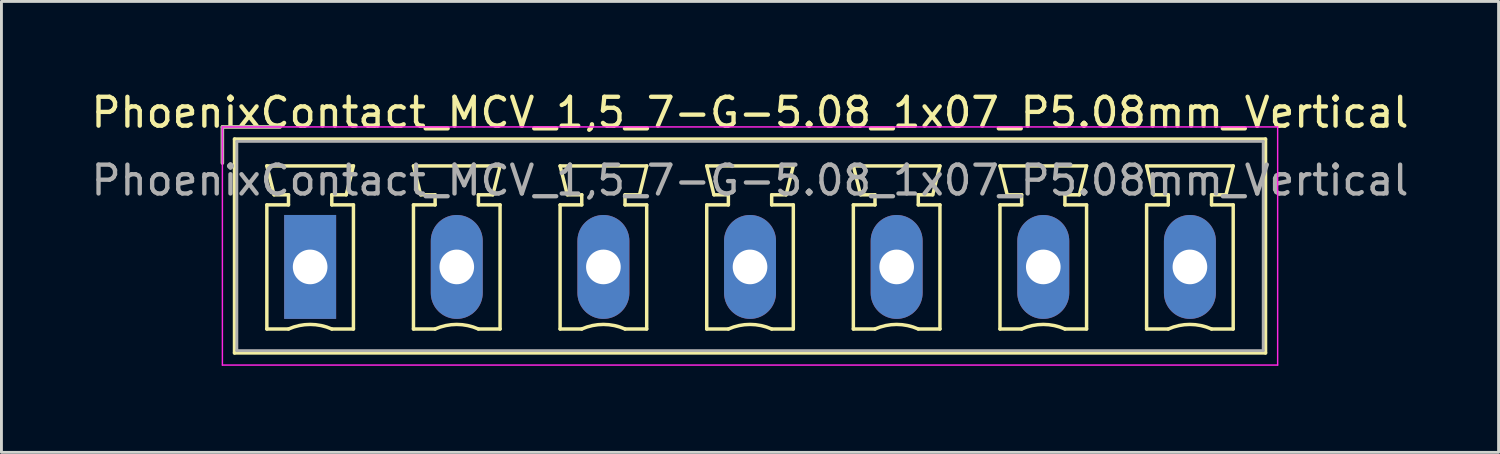
<source format=kicad_pcb>
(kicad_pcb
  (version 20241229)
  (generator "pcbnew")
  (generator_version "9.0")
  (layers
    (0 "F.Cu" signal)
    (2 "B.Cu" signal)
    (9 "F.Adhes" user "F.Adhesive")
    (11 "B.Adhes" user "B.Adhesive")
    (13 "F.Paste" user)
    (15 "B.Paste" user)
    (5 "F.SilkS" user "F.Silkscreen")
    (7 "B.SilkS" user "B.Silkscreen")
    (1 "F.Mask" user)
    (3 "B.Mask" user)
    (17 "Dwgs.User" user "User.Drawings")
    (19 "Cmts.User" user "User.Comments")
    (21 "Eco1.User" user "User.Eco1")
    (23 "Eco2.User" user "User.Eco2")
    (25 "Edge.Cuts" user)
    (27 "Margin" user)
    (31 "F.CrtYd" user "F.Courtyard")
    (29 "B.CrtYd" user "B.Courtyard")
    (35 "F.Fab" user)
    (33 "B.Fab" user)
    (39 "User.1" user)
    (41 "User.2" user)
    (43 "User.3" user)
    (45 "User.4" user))
  (footprint "PhoenixContact_MCV_1,5_7-G-5.08_1x07_P5.08mm_Vertical"
    (layer "F.Cu")
    (at 7.695 6.198)
    (property "Reference" "PhoenixContact_MCV_1,5_7-G-5.08_1x07_P5.08mm_Vertical" (at 15.24 -5.35 0) (layer "F.SilkS") (effects (font (size 1 1) (thickness 0.15))))
    (attr through_hole)
    (fp_line (start -3.04 -4.85) (end -1.04 -4.85) (stroke (width 0.12) (type solid)) (layer "F.SilkS"))
    (fp_line (start -3.04 -3.6) (end -3.04 -4.85) (stroke (width 0.12) (type solid)) (layer "F.SilkS"))
    (fp_line (start -2.62 -4.43) (end -2.62 2.98) (stroke (width 0.12) (type solid)) (layer "F.SilkS"))
    (fp_line (start -2.62 2.98) (end 33.1 2.98) (stroke (width 0.12) (type solid)) (layer "F.SilkS"))
    (fp_line (start -1.5 -3.5) (end 1.5 -3.5) (stroke (width 0.12) (type solid)) (layer "F.SilkS"))
    (fp_line (start -1.5 -2.15) (end -0.75 -2.15) (stroke (width 0.12) (type solid)) (layer "F.SilkS"))
    (fp_line (start -1.5 2.15) (end -1.5 -2.15) (stroke (width 0.12) (type solid)) (layer "F.SilkS"))
    (fp_line (start -1.25 -2.5) (end -1.5 -3.5) (stroke (width 0.12) (type solid)) (layer "F.SilkS"))
    (fp_line (start -0.75 -2.5) (end -1.25 -2.5) (stroke (width 0.12) (type solid)) (layer "F.SilkS"))
    (fp_line (start -0.75 -2.15) (end -0.75 -2.5) (stroke (width 0.12) (type solid)) (layer "F.SilkS"))
    (fp_line (start -0.75 2.15) (end -1.5 2.15) (stroke (width 0.12) (type solid)) (layer "F.SilkS"))
    (fp_line (start 0.75 -2.5) (end 0.75 -2.15) (stroke (width 0.12) (type solid)) (layer "F.SilkS"))
    (fp_line (start 0.75 -2.15) (end 1.5 -2.15) (stroke (width 0.12) (type solid)) (layer "F.SilkS"))
    (fp_line (start 1.25 -2.5) (end 0.75 -2.5) (stroke (width 0.12) (type solid)) (layer "F.SilkS"))
    (fp_line (start 1.5 -3.5) (end 1.25 -2.5) (stroke (width 0.12) (type solid)) (layer "F.SilkS"))
    (fp_line (start 1.5 -2.15) (end 1.5 2.15) (stroke (width 0.12) (type solid)) (layer "F.SilkS"))
    (fp_line (start 1.5 2.15) (end 0.75 2.15) (stroke (width 0.12) (type solid)) (layer "F.SilkS"))
    (fp_line (start 3.58 -3.5) (end 6.58 -3.5) (stroke (width 0.12) (type solid)) (layer "F.SilkS"))
    (fp_line (start 3.58 -2.15) (end 4.33 -2.15) (stroke (width 0.12) (type solid)) (layer "F.SilkS"))
    (fp_line (start 3.58 2.15) (end 3.58 -2.15) (stroke (width 0.12) (type solid)) (layer "F.SilkS"))
    (fp_line (start 3.83 -2.5) (end 3.58 -3.5) (stroke (width 0.12) (type solid)) (layer "F.SilkS"))
    (fp_line (start 4.33 -2.5) (end 3.83 -2.5) (stroke (width 0.12) (type solid)) (layer "F.SilkS"))
    (fp_line (start 4.33 -2.15) (end 4.33 -2.5) (stroke (width 0.12) (type solid)) (layer "F.SilkS"))
    (fp_line (start 4.33 2.15) (end 3.58 2.15) (stroke (width 0.12) (type solid)) (layer "F.SilkS"))
    (fp_line (start 5.83 -2.5) (end 5.83 -2.15) (stroke (width 0.12) (type solid)) (layer "F.SilkS"))
    (fp_line (start 5.83 -2.15) (end 6.58 -2.15) (stroke (width 0.12) (type solid)) (layer "F.SilkS"))
    (fp_line (start 6.33 -2.5) (end 5.83 -2.5) (stroke (width 0.12) (type solid)) (layer "F.SilkS"))
    (fp_line (start 6.58 -3.5) (end 6.33 -2.5) (stroke (width 0.12) (type solid)) (layer "F.SilkS"))
    (fp_line (start 6.58 -2.15) (end 6.58 2.15) (stroke (width 0.12) (type solid)) (layer "F.SilkS"))
    (fp_line (start 6.58 2.15) (end 5.83 2.15) (stroke (width 0.12) (type solid)) (layer "F.SilkS"))
    (fp_line (start 8.66 -3.5) (end 11.66 -3.5) (stroke (width 0.12) (type solid)) (layer "F.SilkS"))
    (fp_line (start 8.66 -2.15) (end 9.41 -2.15) (stroke (width 0.12) (type solid)) (layer "F.SilkS"))
    (fp_line (start 8.66 2.15) (end 8.66 -2.15) (stroke (width 0.12) (type solid)) (layer "F.SilkS"))
    (fp_line (start 8.91 -2.5) (end 8.66 -3.5) (stroke (width 0.12) (type solid)) (layer "F.SilkS"))
    (fp_line (start 9.41 -2.5) (end 8.91 -2.5) (stroke (width 0.12) (type solid)) (layer "F.SilkS"))
    (fp_line (start 9.41 -2.15) (end 9.41 -2.5) (stroke (width 0.12) (type solid)) (layer "F.SilkS"))
    (fp_line (start 9.41 2.15) (end 8.66 2.15) (stroke (width 0.12) (type solid)) (layer "F.SilkS"))
    (fp_line (start 10.91 -2.5) (end 10.91 -2.15) (stroke (width 0.12) (type solid)) (layer "F.SilkS"))
    (fp_line (start 10.91 -2.15) (end 11.66 -2.15) (stroke (width 0.12) (type solid)) (layer "F.SilkS"))
    (fp_line (start 11.41 -2.5) (end 10.91 -2.5) (stroke (width 0.12) (type solid)) (layer "F.SilkS"))
    (fp_line (start 11.66 -3.5) (end 11.41 -2.5) (stroke (width 0.12) (type solid)) (layer "F.SilkS"))
    (fp_line (start 11.66 -2.15) (end 11.66 2.15) (stroke (width 0.12) (type solid)) (layer "F.SilkS"))
    (fp_line (start 11.66 2.15) (end 10.91 2.15) (stroke (width 0.12) (type solid)) (layer "F.SilkS"))
    (fp_line (start 13.74 -3.5) (end 16.74 -3.5) (stroke (width 0.12) (type solid)) (layer "F.SilkS"))
    (fp_line (start 13.74 -2.15) (end 14.49 -2.15) (stroke (width 0.12) (type solid)) (layer "F.SilkS"))
    (fp_line (start 13.74 2.15) (end 13.74 -2.15) (stroke (width 0.12) (type solid)) (layer "F.SilkS"))
    (fp_line (start 13.99 -2.5) (end 13.74 -3.5) (stroke (width 0.12) (type solid)) (layer "F.SilkS"))
    (fp_line (start 14.49 -2.5) (end 13.99 -2.5) (stroke (width 0.12) (type solid)) (layer "F.SilkS"))
    (fp_line (start 14.49 -2.15) (end 14.49 -2.5) (stroke (width 0.12) (type solid)) (layer "F.SilkS"))
    (fp_line (start 14.49 2.15) (end 13.74 2.15) (stroke (width 0.12) (type solid)) (layer "F.SilkS"))
    (fp_line (start 15.99 -2.5) (end 15.99 -2.15) (stroke (width 0.12) (type solid)) (layer "F.SilkS"))
    (fp_line (start 15.99 -2.15) (end 16.74 -2.15) (stroke (width 0.12) (type solid)) (layer "F.SilkS"))
    (fp_line (start 16.49 -2.5) (end 15.99 -2.5) (stroke (width 0.12) (type solid)) (layer "F.SilkS"))
    (fp_line (start 16.74 -3.5) (end 16.49 -2.5) (stroke (width 0.12) (type solid)) (layer "F.SilkS"))
    (fp_line (start 16.74 -2.15) (end 16.74 2.15) (stroke (width 0.12) (type solid)) (layer "F.SilkS"))
    (fp_line (start 16.74 2.15) (end 15.99 2.15) (stroke (width 0.12) (type solid)) (layer "F.SilkS"))
    (fp_line (start 18.82 -3.5) (end 21.82 -3.5) (stroke (width 0.12) (type solid)) (layer "F.SilkS"))
    (fp_line (start 18.82 -2.15) (end 19.57 -2.15) (stroke (width 0.12) (type solid)) (layer "F.SilkS"))
    (fp_line (start 18.82 2.15) (end 18.82 -2.15) (stroke (width 0.12) (type solid)) (layer "F.SilkS"))
    (fp_line (start 19.07 -2.5) (end 18.82 -3.5) (stroke (width 0.12) (type solid)) (layer "F.SilkS"))
    (fp_line (start 19.57 -2.5) (end 19.07 -2.5) (stroke (width 0.12) (type solid)) (layer "F.SilkS"))
    (fp_line (start 19.57 -2.15) (end 19.57 -2.5) (stroke (width 0.12) (type solid)) (layer "F.SilkS"))
    (fp_line (start 19.57 2.15) (end 18.82 2.15) (stroke (width 0.12) (type solid)) (layer "F.SilkS"))
    (fp_line (start 21.07 -2.5) (end 21.07 -2.15) (stroke (width 0.12) (type solid)) (layer "F.SilkS"))
    (fp_line (start 21.07 -2.15) (end 21.82 -2.15) (stroke (width 0.12) (type solid)) (layer "F.SilkS"))
    (fp_line (start 21.57 -2.5) (end 21.07 -2.5) (stroke (width 0.12) (type solid)) (layer "F.SilkS"))
    (fp_line (start 21.82 -3.5) (end 21.57 -2.5) (stroke (width 0.12) (type solid)) (layer "F.SilkS"))
    (fp_line (start 21.82 -2.15) (end 21.82 2.15) (stroke (width 0.12) (type solid)) (layer "F.SilkS"))
    (fp_line (start 21.82 2.15) (end 21.07 2.15) (stroke (width 0.12) (type solid)) (layer "F.SilkS"))
    (fp_line (start 23.9 -3.5) (end 26.9 -3.5) (stroke (width 0.12) (type solid)) (layer "F.SilkS"))
    (fp_line (start 23.9 -2.15) (end 24.65 -2.15) (stroke (width 0.12) (type solid)) (layer "F.SilkS"))
    (fp_line (start 23.9 2.15) (end 23.9 -2.15) (stroke (width 0.12) (type solid)) (layer "F.SilkS"))
    (fp_line (start 24.15 -2.5) (end 23.9 -3.5) (stroke (width 0.12) (type solid)) (layer "F.SilkS"))
    (fp_line (start 24.65 -2.5) (end 24.15 -2.5) (stroke (width 0.12) (type solid)) (layer "F.SilkS"))
    (fp_line (start 24.65 -2.15) (end 24.65 -2.5) (stroke (width 0.12) (type solid)) (layer "F.SilkS"))
    (fp_line (start 24.65 2.15) (end 23.9 2.15) (stroke (width 0.12) (type solid)) (layer "F.SilkS"))
    (fp_line (start 26.15 -2.5) (end 26.15 -2.15) (stroke (width 0.12) (type solid)) (layer "F.SilkS"))
    (fp_line (start 26.15 -2.15) (end 26.9 -2.15) (stroke (width 0.12) (type solid)) (layer "F.SilkS"))
    (fp_line (start 26.65 -2.5) (end 26.15 -2.5) (stroke (width 0.12) (type solid)) (layer "F.SilkS"))
    (fp_line (start 26.9 -3.5) (end 26.65 -2.5) (stroke (width 0.12) (type solid)) (layer "F.SilkS"))
    (fp_line (start 26.9 -2.15) (end 26.9 2.15) (stroke (width 0.12) (type solid)) (layer "F.SilkS"))
    (fp_line (start 26.9 2.15) (end 26.15 2.15) (stroke (width 0.12) (type solid)) (layer "F.SilkS"))
    (fp_line (start 28.98 -3.5) (end 31.98 -3.5) (stroke (width 0.12) (type solid)) (layer "F.SilkS"))
    (fp_line (start 28.98 -2.15) (end 29.73 -2.15) (stroke (width 0.12) (type solid)) (layer "F.SilkS"))
    (fp_line (start 28.98 2.15) (end 28.98 -2.15) (stroke (width 0.12) (type solid)) (layer "F.SilkS"))
    (fp_line (start 29.23 -2.5) (end 28.98 -3.5) (stroke (width 0.12) (type solid)) (layer "F.SilkS"))
    (fp_line (start 29.73 -2.5) (end 29.23 -2.5) (stroke (width 0.12) (type solid)) (layer "F.SilkS"))
    (fp_line (start 29.73 -2.15) (end 29.73 -2.5) (stroke (width 0.12) (type solid)) (layer "F.SilkS"))
    (fp_line (start 29.73 2.15) (end 28.98 2.15) (stroke (width 0.12) (type solid)) (layer "F.SilkS"))
    (fp_line (start 31.23 -2.5) (end 31.23 -2.15) (stroke (width 0.12) (type solid)) (layer "F.SilkS"))
    (fp_line (start 31.23 -2.15) (end 31.98 -2.15) (stroke (width 0.12) (type solid)) (layer "F.SilkS"))
    (fp_line (start 31.73 -2.5) (end 31.23 -2.5) (stroke (width 0.12) (type solid)) (layer "F.SilkS"))
    (fp_line (start 31.98 -3.5) (end 31.73 -2.5) (stroke (width 0.12) (type solid)) (layer "F.SilkS"))
    (fp_line (start 31.98 -2.15) (end 31.98 2.15) (stroke (width 0.12) (type solid)) (layer "F.SilkS"))
    (fp_line (start 31.98 2.15) (end 31.23 2.15) (stroke (width 0.12) (type solid)) (layer "F.SilkS"))
    (fp_line (start 33.1 -4.43) (end -2.62 -4.43) (stroke (width 0.12) (type solid)) (layer "F.SilkS"))
    (fp_line (start 33.1 2.98) (end 33.1 -4.43) (stroke (width 0.12) (type solid)) (layer "F.SilkS"))
    (fp_arc (start -0.75 2.15) (mid -0.000193 1.99191) (end 0.749647 2.149844) (stroke (width 0.12) (type solid)) (layer "F.SilkS"))
    (fp_arc (start 4.33 2.15) (mid 5.079807 1.99191) (end 5.829647 2.149844) (stroke (width 0.12) (type solid)) (layer "F.SilkS"))
    (fp_arc (start 9.41 2.15) (mid 10.159807 1.99191) (end 10.909647 2.149844) (stroke (width 0.12) (type solid)) (layer "F.SilkS"))
    (fp_arc (start 14.49 2.15) (mid 15.239807 1.99191) (end 15.989647 2.149844) (stroke (width 0.12) (type solid)) (layer "F.SilkS"))
    (fp_arc (start 19.57 2.15) (mid 20.319807 1.99191) (end 21.069647 2.149844) (stroke (width 0.12) (type solid)) (layer "F.SilkS"))
    (fp_arc (start 24.65 2.15) (mid 25.399807 1.99191) (end 26.149647 2.149844) (stroke (width 0.12) (type solid)) (layer "F.SilkS"))
    (fp_arc (start 29.73 2.15) (mid 30.479807 1.99191) (end 31.229647 2.149844) (stroke (width 0.12) (type solid)) (layer "F.SilkS"))
    (fp_line (start -3.04 -4.85) (end -3.04 3.4) (stroke (width 0.05) (type solid)) (layer "F.CrtYd"))
    (fp_line (start -3.04 3.4) (end 33.52 3.4) (stroke (width 0.05) (type solid)) (layer "F.CrtYd"))
    (fp_line (start 33.52 -4.85) (end -3.04 -4.85) (stroke (width 0.05) (type solid)) (layer "F.CrtYd"))
    (fp_line (start 33.52 3.4) (end 33.52 -4.85) (stroke (width 0.05) (type solid)) (layer "F.CrtYd"))
    (fp_line (start -3.04 -4.85) (end -1.04 -4.85) (stroke (width 0.1) (type solid)) (layer "F.Fab"))
    (fp_line (start -3.04 -3.6) (end -3.04 -4.85) (stroke (width 0.1) (type solid)) (layer "F.Fab"))
    (fp_line (start -2.54 -4.35) (end -2.54 2.9) (stroke (width 0.1) (type solid)) (layer "F.Fab"))
    (fp_line (start -2.54 2.9) (end 33.02 2.9) (stroke (width 0.1) (type solid)) (layer "F.Fab"))
    (fp_line (start 33.02 -4.35) (end -2.54 -4.35) (stroke (width 0.1) (type solid)) (layer "F.Fab"))
    (fp_line (start 33.02 2.9) (end 33.02 -4.35) (stroke (width 0.1) (type solid)) (layer "F.Fab"))
    (fp_text user "${REFERENCE}" (at 15.24 -3 0) (layer "F.Fab") (effects (font (size 1 1) (thickness 0.15))))
    (pad "1" thru_hole rect (at 0 0) (size 1.8 3.6) (drill 1.2) (layers "*.Cu" "*.Mask"))
    (pad "2" thru_hole oval (at 5.08 0) (size 1.8 3.6) (drill 1.2) (layers "*.Cu" "*.Mask"))
    (pad "3" thru_hole oval (at 10.16 0) (size 1.8 3.6) (drill 1.2) (layers "*.Cu" "*.Mask"))
    (pad "4" thru_hole oval (at 15.24 0) (size 1.8 3.6) (drill 1.2) (layers "*.Cu" "*.Mask"))
    (pad "5" thru_hole oval (at 20.32 0) (size 1.8 3.6) (drill 1.2) (layers "*.Cu" "*.Mask"))
    (pad "6" thru_hole oval (at 25.4 0) (size 1.8 3.6) (drill 1.2) (layers "*.Cu" "*.Mask"))
    (pad "7" thru_hole oval (at 30.48 0) (size 1.8 3.6) (drill 1.2) (layers "*.Cu" "*.Mask")))
  (gr_rect
    (start -3 -3)
    (end 48.869 12.623)
    (stroke (width 0.1) (type default))
    (fill no)
    (layer "Edge.Cuts")))
</source>
